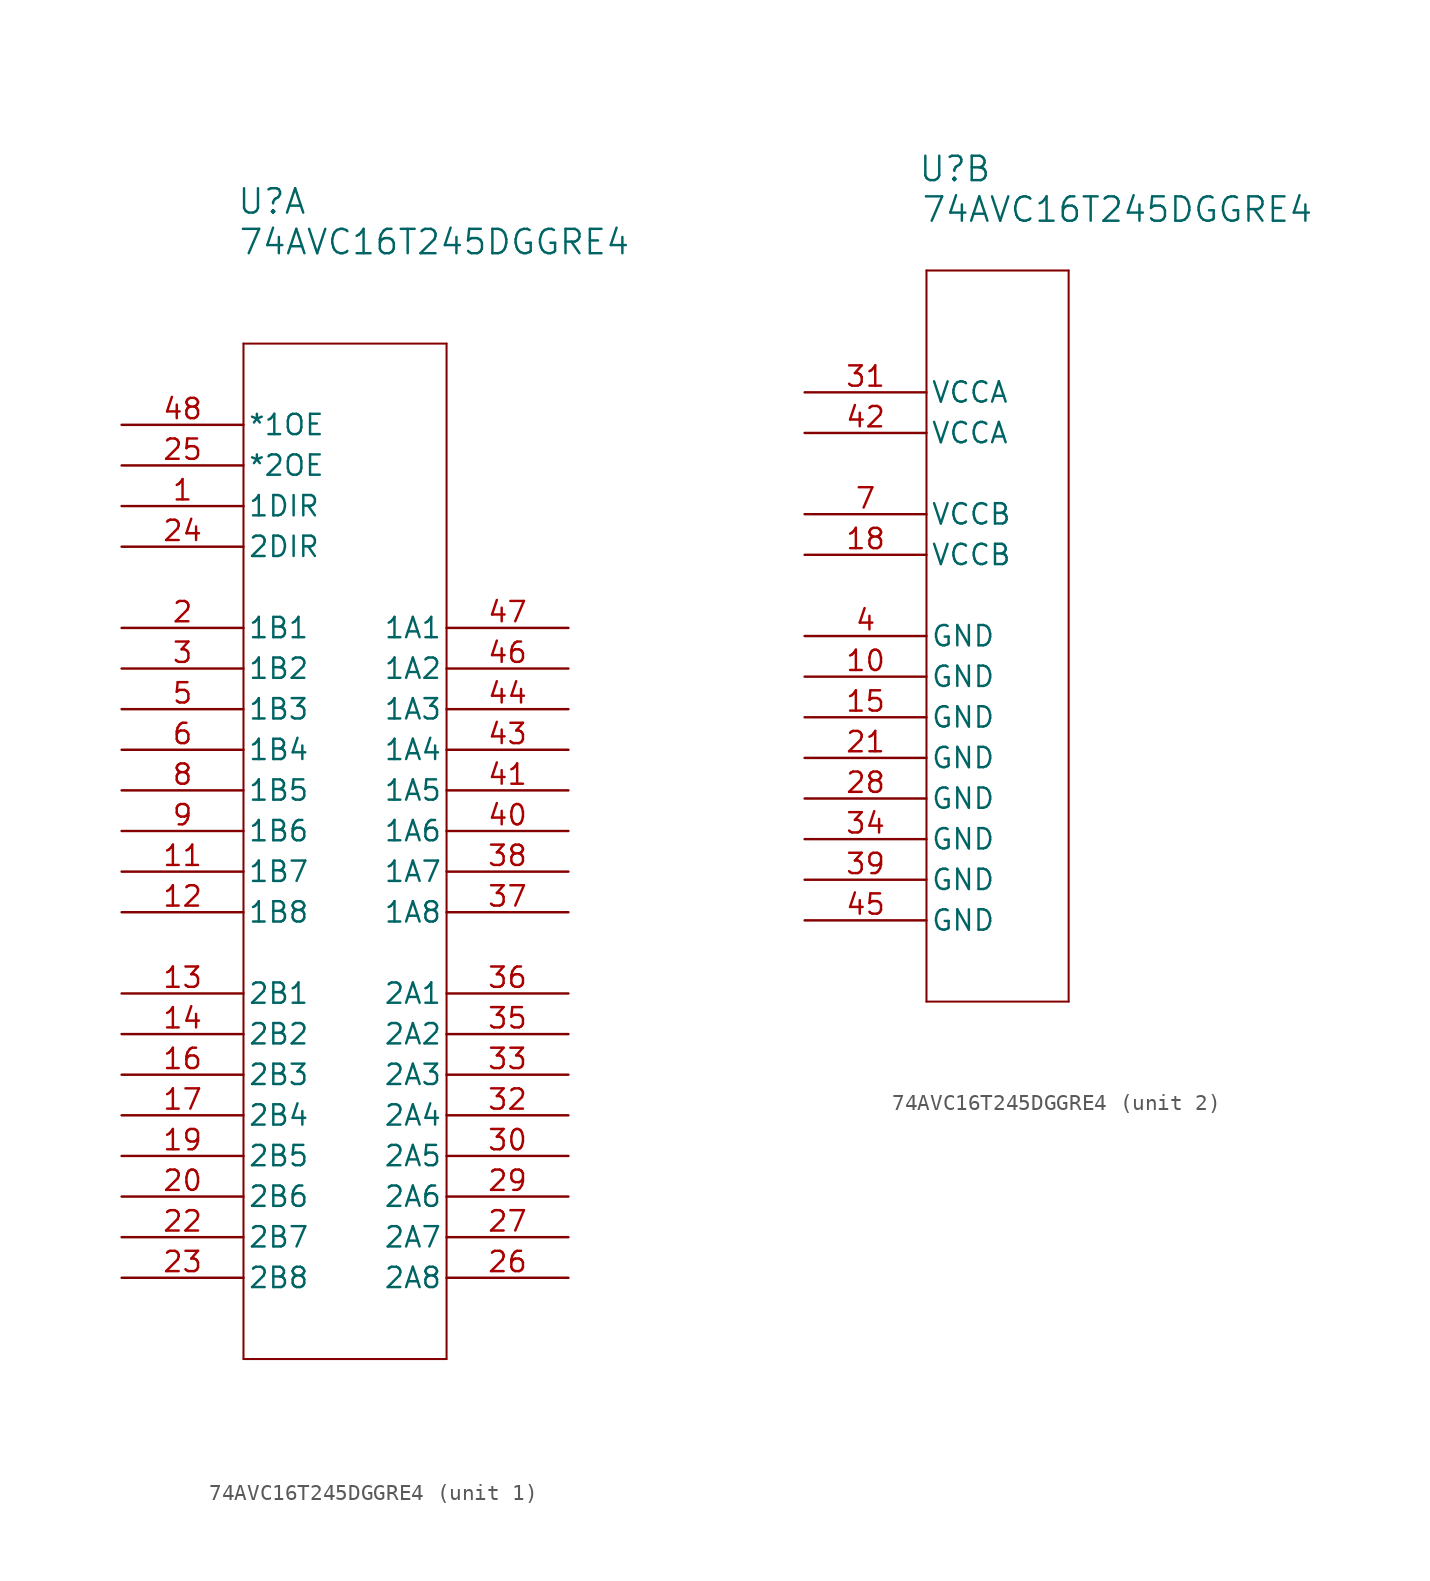
<source format=kicad_sym>
(kicad_symbol_lib
  (version 20231120)
  (generator "kicad_symbol_editor")
  (generator_version "8.0")
  (symbol "74AVC16T245DGGRE4"
    (pin_names
      (offset 0.254))
    (property "Reference" "U"
      (at 9.398 13.97 0)
      (effects (font (size 1.524 1.524))))
    (property "Value" "74AVC16T245DGGRE4"
      (at 19.558 11.43 0)
      (effects (font (size 1.524 1.524))))
    (property "ki_locked" ""
      (at 0 0 0)
      (effects (font (size 1.27 1.27))))
    (symbol "74AVC16T245DGGRE4_1_1"
      (polyline (pts (xy 7.62 -58.42) (xy 20.32 -58.42)) (stroke (width 0.127) (type default)) (fill (type none)))
      (polyline (pts (xy 7.62 5.08) (xy 7.62 -58.42)) (stroke (width 0.127) (type default)) (fill (type none)))
      (polyline (pts (xy 20.32 -58.42) (xy 20.32 5.08)) (stroke (width 0.127) (type default)) (fill (type none)))
      (polyline (pts (xy 20.32 5.08) (xy 7.62 5.08)) (stroke (width 0.127) (type default)) (fill (type none)))
      (pin input line (at 0 -5.08 0) (length 7.62) (name "1DIR" (effects (font (size 1.27 1.27)))) (number "1" (effects (font (size 1.27 1.27)))))
      (pin bidirectional line (at 0 -27.94 0) (length 7.62) (name "1B7" (effects (font (size 1.27 1.27)))) (number "11" (effects (font (size 1.27 1.27)))))
      (pin bidirectional line (at 0 -30.48 0) (length 7.62) (name "1B8" (effects (font (size 1.27 1.27)))) (number "12" (effects (font (size 1.27 1.27)))))
      (pin bidirectional line (at 0 -35.56 0) (length 7.62) (name "2B1" (effects (font (size 1.27 1.27)))) (number "13" (effects (font (size 1.27 1.27)))))
      (pin bidirectional line (at 0 -38.1 0) (length 7.62) (name "2B2" (effects (font (size 1.27 1.27)))) (number "14" (effects (font (size 1.27 1.27)))))
      (pin bidirectional line (at 0 -40.64 0) (length 7.62) (name "2B3" (effects (font (size 1.27 1.27)))) (number "16" (effects (font (size 1.27 1.27)))))
      (pin bidirectional line (at 0 -43.18 0) (length 7.62) (name "2B4" (effects (font (size 1.27 1.27)))) (number "17" (effects (font (size 1.27 1.27)))))
      (pin bidirectional line (at 0 -45.72 0) (length 7.62) (name "2B5" (effects (font (size 1.27 1.27)))) (number "19" (effects (font (size 1.27 1.27)))))
      (pin bidirectional line (at 0 -12.7 0) (length 7.62) (name "1B1" (effects (font (size 1.27 1.27)))) (number "2" (effects (font (size 1.27 1.27)))))
      (pin bidirectional line (at 0 -48.26 0) (length 7.62) (name "2B6" (effects (font (size 1.27 1.27)))) (number "20" (effects (font (size 1.27 1.27)))))
      (pin bidirectional line (at 0 -50.8 0) (length 7.62) (name "2B7" (effects (font (size 1.27 1.27)))) (number "22" (effects (font (size 1.27 1.27)))))
      (pin bidirectional line (at 0 -53.34 0) (length 7.62) (name "2B8" (effects (font (size 1.27 1.27)))) (number "23" (effects (font (size 1.27 1.27)))))
      (pin input line (at 0 -7.62 0) (length 7.62) (name "2DIR" (effects (font (size 1.27 1.27)))) (number "24" (effects (font (size 1.27 1.27)))))
      (pin input line (at 0 -2.54 0) (length 7.62) (name "*2OE" (effects (font (size 1.27 1.27)))) (number "25" (effects (font (size 1.27 1.27)))))
      (pin bidirectional line (at 27.94 -53.34 180) (length 7.62) (name "2A8" (effects (font (size 1.27 1.27)))) (number "26" (effects (font (size 1.27 1.27)))))
      (pin bidirectional line (at 27.94 -50.8 180) (length 7.62) (name "2A7" (effects (font (size 1.27 1.27)))) (number "27" (effects (font (size 1.27 1.27)))))
      (pin bidirectional line (at 27.94 -48.26 180) (length 7.62) (name "2A6" (effects (font (size 1.27 1.27)))) (number "29" (effects (font (size 1.27 1.27)))))
      (pin bidirectional line (at 0 -15.24 0) (length 7.62) (name "1B2" (effects (font (size 1.27 1.27)))) (number "3" (effects (font (size 1.27 1.27)))))
      (pin bidirectional line (at 27.94 -45.72 180) (length 7.62) (name "2A5" (effects (font (size 1.27 1.27)))) (number "30" (effects (font (size 1.27 1.27)))))
      (pin bidirectional line (at 27.94 -43.18 180) (length 7.62) (name "2A4" (effects (font (size 1.27 1.27)))) (number "32" (effects (font (size 1.27 1.27)))))
      (pin bidirectional line (at 27.94 -40.64 180) (length 7.62) (name "2A3" (effects (font (size 1.27 1.27)))) (number "33" (effects (font (size 1.27 1.27)))))
      (pin bidirectional line (at 27.94 -38.1 180) (length 7.62) (name "2A2" (effects (font (size 1.27 1.27)))) (number "35" (effects (font (size 1.27 1.27)))))
      (pin bidirectional line (at 27.94 -35.56 180) (length 7.62) (name "2A1" (effects (font (size 1.27 1.27)))) (number "36" (effects (font (size 1.27 1.27)))))
      (pin bidirectional line (at 27.94 -30.48 180) (length 7.62) (name "1A8" (effects (font (size 1.27 1.27)))) (number "37" (effects (font (size 1.27 1.27)))))
      (pin bidirectional line (at 27.94 -27.94 180) (length 7.62) (name "1A7" (effects (font (size 1.27 1.27)))) (number "38" (effects (font (size 1.27 1.27)))))
      (pin bidirectional line (at 27.94 -25.4 180) (length 7.62) (name "1A6" (effects (font (size 1.27 1.27)))) (number "40" (effects (font (size 1.27 1.27)))))
      (pin bidirectional line (at 27.94 -22.86 180) (length 7.62) (name "1A5" (effects (font (size 1.27 1.27)))) (number "41" (effects (font (size 1.27 1.27)))))
      (pin bidirectional line (at 27.94 -20.32 180) (length 7.62) (name "1A4" (effects (font (size 1.27 1.27)))) (number "43" (effects (font (size 1.27 1.27)))))
      (pin bidirectional line (at 27.94 -17.78 180) (length 7.62) (name "1A3" (effects (font (size 1.27 1.27)))) (number "44" (effects (font (size 1.27 1.27)))))
      (pin bidirectional line (at 27.94 -15.24 180) (length 7.62) (name "1A2" (effects (font (size 1.27 1.27)))) (number "46" (effects (font (size 1.27 1.27)))))
      (pin bidirectional line (at 27.94 -12.7 180) (length 7.62) (name "1A1" (effects (font (size 1.27 1.27)))) (number "47" (effects (font (size 1.27 1.27)))))
      (pin input line (at 0 0 0) (length 7.62) (name "*1OE" (effects (font (size 1.27 1.27)))) (number "48" (effects (font (size 1.27 1.27)))))
      (pin bidirectional line (at 0 -17.78 0) (length 7.62) (name "1B3" (effects (font (size 1.27 1.27)))) (number "5" (effects (font (size 1.27 1.27)))))
      (pin bidirectional line (at 0 -20.32 0) (length 7.62) (name "1B4" (effects (font (size 1.27 1.27)))) (number "6" (effects (font (size 1.27 1.27)))))
      (pin bidirectional line (at 0 -22.86 0) (length 7.62) (name "1B5" (effects (font (size 1.27 1.27)))) (number "8" (effects (font (size 1.27 1.27)))))
      (pin bidirectional line (at 0 -25.4 0) (length 7.62) (name "1B6" (effects (font (size 1.27 1.27)))) (number "9" (effects (font (size 1.27 1.27))))))
    (symbol "74AVC16T245DGGRE4_2_1"
      (polyline (pts (xy 7.62 -38.1) (xy 16.51 -38.1)) (stroke (width 0.127) (type default)) (fill (type none)))
      (polyline (pts (xy 7.62 7.62) (xy 7.62 -38.1)) (stroke (width 0.127) (type default)) (fill (type none)))
      (polyline (pts (xy 16.51 -38.1) (xy 16.51 7.62)) (stroke (width 0.127) (type default)) (fill (type none)))
      (polyline (pts (xy 16.51 7.62) (xy 7.62 7.62)) (stroke (width 0.127) (type default)) (fill (type none)))
      (pin power_in line (at 0 -17.78 0) (length 7.62) (name "GND" (effects (font (size 1.27 1.27)))) (number "10" (effects (font (size 1.27 1.27)))))
      (pin power_in line (at 0 -20.32 0) (length 7.62) (name "GND" (effects (font (size 1.27 1.27)))) (number "15" (effects (font (size 1.27 1.27)))))
      (pin power_in line (at 0 -10.16 0) (length 7.62) (name "VCCB" (effects (font (size 1.27 1.27)))) (number "18" (effects (font (size 1.27 1.27)))))
      (pin power_in line (at 0 -22.86 0) (length 7.62) (name "GND" (effects (font (size 1.27 1.27)))) (number "21" (effects (font (size 1.27 1.27)))))
      (pin power_in line (at 0 -25.4 0) (length 7.62) (name "GND" (effects (font (size 1.27 1.27)))) (number "28" (effects (font (size 1.27 1.27)))))
      (pin power_in line (at 0 0 0) (length 7.62) (name "VCCA" (effects (font (size 1.27 1.27)))) (number "31" (effects (font (size 1.27 1.27)))))
      (pin power_in line (at 0 -27.94 0) (length 7.62) (name "GND" (effects (font (size 1.27 1.27)))) (number "34" (effects (font (size 1.27 1.27)))))
      (pin power_in line (at 0 -30.48 0) (length 7.62) (name "GND" (effects (font (size 1.27 1.27)))) (number "39" (effects (font (size 1.27 1.27)))))
      (pin power_in line (at 0 -15.24 0) (length 7.62) (name "GND" (effects (font (size 1.27 1.27)))) (number "4" (effects (font (size 1.27 1.27)))))
      (pin power_in line (at 0 -2.54 0) (length 7.62) (name "VCCA" (effects (font (size 1.27 1.27)))) (number "42" (effects (font (size 1.27 1.27)))))
      (pin power_in line (at 0 -33.02 0) (length 7.62) (name "GND" (effects (font (size 1.27 1.27)))) (number "45" (effects (font (size 1.27 1.27)))))
      (pin power_in line (at 0 -7.62 0) (length 7.62) (name "VCCB" (effects (font (size 1.27 1.27)))) (number "7" (effects (font (size 1.27 1.27))))))))
</source>
